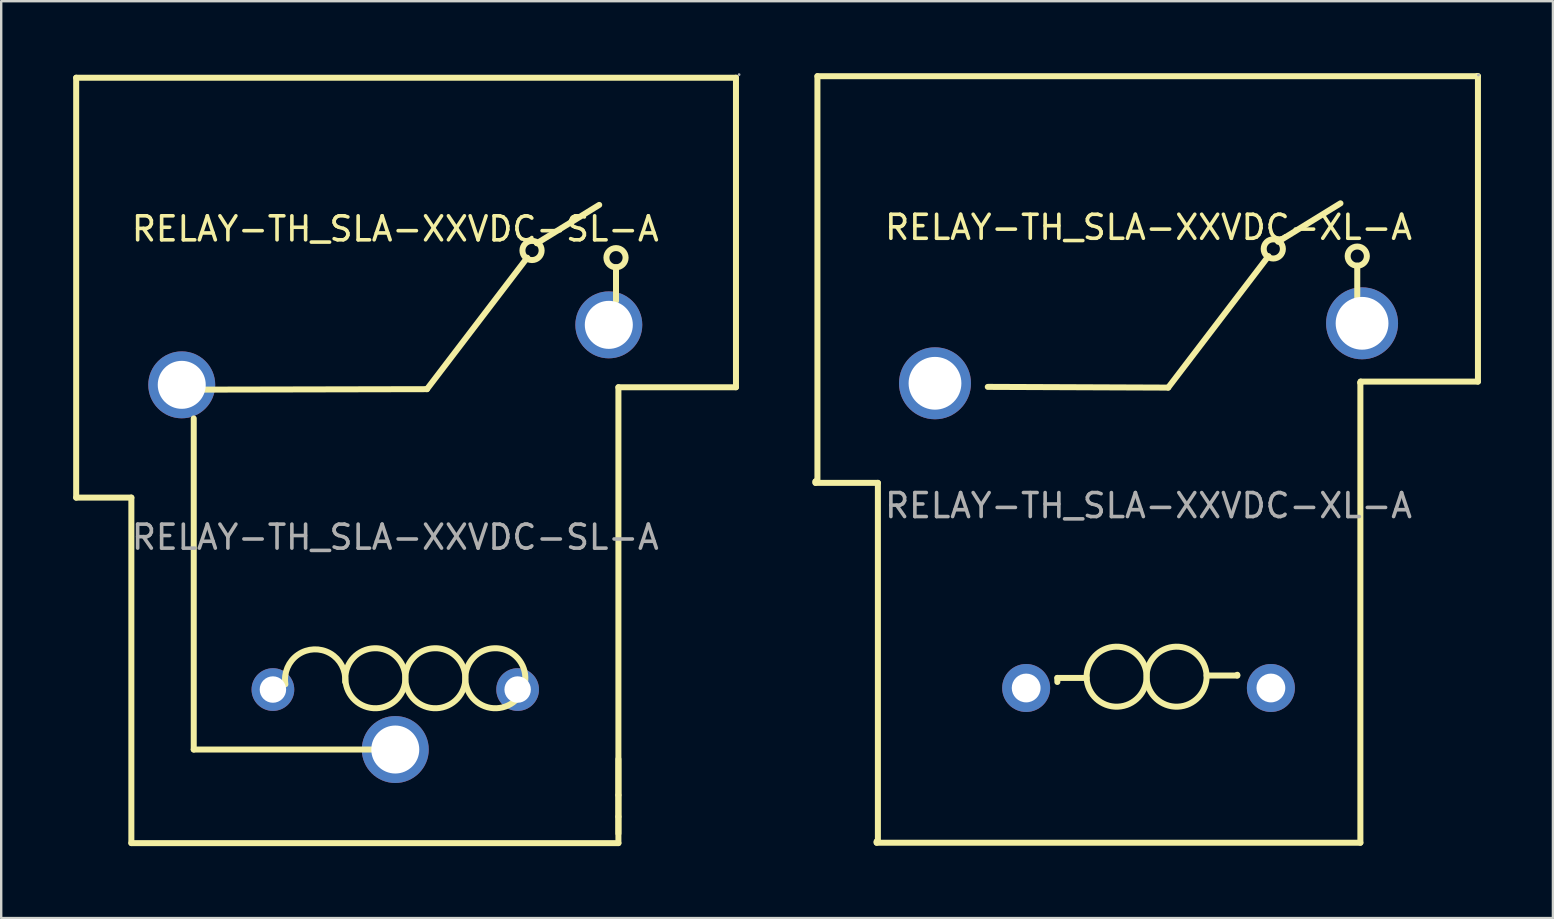
<source format=kicad_pcb>
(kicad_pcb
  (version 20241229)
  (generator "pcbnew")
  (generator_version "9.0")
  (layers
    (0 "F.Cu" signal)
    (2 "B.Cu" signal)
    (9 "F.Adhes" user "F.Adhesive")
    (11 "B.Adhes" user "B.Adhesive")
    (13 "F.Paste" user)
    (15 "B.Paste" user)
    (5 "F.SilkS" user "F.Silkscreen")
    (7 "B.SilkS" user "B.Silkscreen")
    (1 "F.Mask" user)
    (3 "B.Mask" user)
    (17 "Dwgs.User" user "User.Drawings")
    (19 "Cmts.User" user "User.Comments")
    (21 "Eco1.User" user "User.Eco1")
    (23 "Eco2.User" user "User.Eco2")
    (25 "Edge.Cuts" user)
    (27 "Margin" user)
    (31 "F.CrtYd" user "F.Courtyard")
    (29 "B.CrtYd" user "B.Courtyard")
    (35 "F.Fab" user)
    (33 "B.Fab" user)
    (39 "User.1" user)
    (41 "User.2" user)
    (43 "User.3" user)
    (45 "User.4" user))
  (footprint "RELAY-TH_SLA-XXVDC-XL-A"
    (layer "F.Cu")
    (at 44.82 18.025)
    (property "Reference" "RELAY-TH_SLA-XXVDC-XL-A" (at 0 -11.6 0) (layer "F.SilkS") (effects (font (size 1 1) (thickness 0.15))))
    (attr through_hole)
    (fp_line (start -13.88 -1.01) (end -13.8 -1.01) (stroke (width 0.25) (type solid)) (layer "F.SilkS"))
    (fp_line (start -13.88 -0.95) (end -13.88 -1.01) (stroke (width 0.25) (type solid)) (layer "F.SilkS"))
    (fp_line (start -13.8 -1.01) (end -13.8 -17.9) (stroke (width 0.25) (type solid)) (layer "F.SilkS"))
    (fp_line (start -11.33 14) (end -11.28 14) (stroke (width 0.25) (type solid)) (layer "F.SilkS"))
    (fp_line (start -11.33 14.05) (end -11.33 14) (stroke (width 0.25) (type solid)) (layer "F.SilkS"))
    (fp_line (start -11.28 -0.95) (end -13.88 -0.95) (stroke (width 0.25) (type solid)) (layer "F.SilkS"))
    (fp_line (start -11.28 14) (end -11.28 -0.95) (stroke (width 0.25) (type solid)) (layer "F.SilkS"))
    (fp_line (start -6.7 -4.95) (end 0.82 -4.92) (stroke (width 0.25) (type solid)) (layer "F.SilkS"))
    (fp_line (start -3.8 7.18) (end -3.8 7.35) (stroke (width 0.25) (type solid)) (layer "F.SilkS"))
    (fp_line (start -2.58 7.18) (end -3.8 7.18) (stroke (width 0.25) (type solid)) (layer "F.SilkS"))
    (fp_line (start 0.82 -4.92) (end 5 -10.4) (stroke (width 0.25) (type solid)) (layer "F.SilkS"))
    (fp_line (start 2.42 7.08) (end 3.7 7.08) (stroke (width 0.25) (type solid)) (layer "F.SilkS"))
    (fp_line (start 3.7 7.08) (end 3.7 7.05) (stroke (width 0.25) (type solid)) (layer "F.SilkS"))
    (fp_line (start 5.4 -11) (end 8 -12.6) (stroke (width 0.25) (type solid)) (layer "F.SilkS"))
    (fp_line (start 8.7 -8.6) (end 8.7 -10) (stroke (width 0.25) (type solid)) (layer "F.SilkS"))
    (fp_line (start 8.83 -5.12) (end 8.83 14.05) (stroke (width 0.25) (type solid)) (layer "F.SilkS"))
    (fp_line (start 8.83 14.05) (end -11.33 14.05) (stroke (width 0.25) (type solid)) (layer "F.SilkS"))
    (fp_line (start 8.84 -5.17) (end 8.84 -5.12) (stroke (width 0.25) (type solid)) (layer "F.SilkS"))
    (fp_line (start 8.84 -5.12) (end 8.83 -5.12) (stroke (width 0.25) (type solid)) (layer "F.SilkS"))
    (fp_line (start 13.7 -17.9) (end -13.8 -17.9) (stroke (width 0.25) (type solid)) (layer "F.SilkS"))
    (fp_line (start 13.7 -17.9) (end 13.73 -17.9) (stroke (width 0.25) (type solid)) (layer "F.SilkS"))
    (fp_line (start 13.73 -17.9) (end 13.73 -5.17) (stroke (width 0.25) (type solid)) (layer "F.SilkS"))
    (fp_line (start 13.73 -5.17) (end 8.84 -5.17) (stroke (width 0.25) (type solid)) (layer "F.SilkS"))
    (fp_arc (start -2.580682 7.158177) (mid -0.079612 7.09091) (end -2.58 7.18) (stroke (width 0.25) (type solid)) (layer "F.SilkS"))
    (fp_arc (start -0.080682 7.158177) (mid 2.420388 7.09091) (end -0.08 7.18) (stroke (width 0.25) (type solid)) (layer "F.SilkS"))
    (fp_circle (center 5.2 -10.7) (end 5.6 -10.7) (stroke (width 0.25) (type solid)) (fill no) (layer "F.SilkS"))
    (fp_circle (center 8.7 -10.4) (end 9.1 -10.4) (stroke (width 0.25) (type solid)) (fill no) (layer "F.SilkS"))
    (fp_circle (center -8.9 -5.1) (end -8.4 -5.1) (stroke (width 1) (type solid)) (fill no) (layer "F.Fab"))
    (fp_circle (center -5.1 7.6) (end -4.85 7.6) (stroke (width 0.5) (type solid)) (fill no) (layer "F.Fab"))
    (fp_circle (center 5.1 7.6) (end 5.35 7.6) (stroke (width 0.5) (type solid)) (fill no) (layer "F.Fab"))
    (fp_circle (center 8.9 -7.6) (end 9.4 -7.6) (stroke (width 1) (type solid)) (fill no) (layer "F.Fab"))
    (fp_circle (center 13.75 -17.95) (end 13.78 -17.95) (stroke (width 0.06) (type solid)) (fill no) (layer "F.Fab"))
    (fp_text user "${REFERENCE}" (at 0 0 0) (layer "F.Fab") (effects (font (size 1 1) (thickness 0.15))))
    (pad "2" thru_hole circle (at 8.9 -7.6) (size 3 3) (drill 2.2) (layers "*.Cu" "*.Paste" "*.Mask"))
    (pad "3" thru_hole circle (at 5.1 7.6) (size 2 2) (drill 1.2) (layers "*.Cu" "*.Paste" "*.Mask"))
    (pad "4" thru_hole circle (at -5.1 7.6) (size 2 2) (drill 1.2) (layers "*.Cu" "*.Paste" "*.Mask"))
    (pad "5" thru_hole circle (at -8.9 -5.1) (size 3 3) (drill 2.2) (layers "*.Cu" "*.Paste" "*.Mask")))
  (footprint "RELAY-TH_SLA-XXVDC-SL-A"
    (layer "F.Cu")
    (at 13.425 19.34)
    (property "Reference" "RELAY-TH_SLA-XXVDC-SL-A" (at 0 -12.85 0) (layer "F.SilkS") (effects (font (size 1 1) (thickness 0.15))))
    (attr through_hole)
    (fp_line (start -13.3 -19.15) (end -13.3 -1.65) (stroke (width 0.25) (type solid)) (layer "F.SilkS"))
    (fp_line (start -13.3 -1.65) (end -11 -1.65) (stroke (width 0.25) (type solid)) (layer "F.SilkS"))
    (fp_line (start -11 -1.65) (end -11 12.75) (stroke (width 0.25) (type solid)) (layer "F.SilkS"))
    (fp_line (start -11 12.75) (end 9.3 12.75) (stroke (width 0.25) (type solid)) (layer "F.SilkS"))
    (fp_line (start -8.5 -6.15) (end 1.32 -6.17) (stroke (width 0.25) (type solid)) (layer "F.SilkS"))
    (fp_line (start -8.4 -4.95) (end -8.4 8.85) (stroke (width 0.25) (type solid)) (layer "F.SilkS"))
    (fp_line (start -8.4 8.85) (end -1 8.85) (stroke (width 0.25) (type solid)) (layer "F.SilkS"))
    (fp_line (start 1.32 -6.17) (end 5.5 -11.65) (stroke (width 0.25) (type solid)) (layer "F.SilkS"))
    (fp_line (start 5.9 -12.25) (end 8.5 -13.85) (stroke (width 0.25) (type solid)) (layer "F.SilkS"))
    (fp_line (start 9.2 -9.85) (end 9.2 -11.25) (stroke (width 0.25) (type solid)) (layer "F.SilkS"))
    (fp_line (start 9.3 -6.25) (end 9.3 11.65) (stroke (width 0.25) (type solid)) (layer "F.SilkS"))
    (fp_line (start 9.3 10.75) (end 9.3 9.25) (stroke (width 0.25) (type solid)) (layer "F.SilkS"))
    (fp_line (start 9.3 11.65) (end 9.3 12.35) (stroke (width 0.25) (type solid)) (layer "F.SilkS"))
    (fp_line (start 9.3 12.75) (end 9.3 10.75) (stroke (width 0.25) (type solid)) (layer "F.SilkS"))
    (fp_line (start 14.2 -19.15) (end -13.3 -19.15) (stroke (width 0.25) (type solid)) (layer "F.SilkS"))
    (fp_line (start 14.2 -19.15) (end 14.2 -6.25) (stroke (width 0.25) (type solid)) (layer "F.SilkS"))
    (fp_line (start 14.2 -6.25) (end 9.3 -6.25) (stroke (width 0.25) (type solid)) (layer "F.SilkS"))
    (fp_arc (start -4.58 6.13) (mid -3.390677 4.674997) (end -2.087911 6.029369) (stroke (width 0.25) (type solid)) (layer "F.SilkS"))
    (fp_arc (start -2.080682 5.908177) (mid 0.420388 5.84091) (end -2.08 5.93) (stroke (width 0.25) (type solid)) (layer "F.SilkS"))
    (fp_arc (start 0.419318 5.908177) (mid 2.920388 5.84091) (end 0.42 5.93) (stroke (width 0.25) (type solid)) (layer "F.SilkS"))
    (fp_arc (start 2.919318 5.908177) (mid 5.420388 5.84091) (end 2.92 5.93) (stroke (width 0.25) (type solid)) (layer "F.SilkS"))
    (fp_circle (center 5.7 -11.95) (end 6.1 -11.95) (stroke (width 0.25) (type solid)) (fill no) (layer "F.SilkS"))
    (fp_circle (center 9.2 -11.65) (end 9.6 -11.65) (stroke (width 0.25) (type solid)) (fill no) (layer "F.SilkS"))
    (fp_circle (center -8.9 -6.35) (end -8.45 -6.35) (stroke (width 0.9) (type solid)) (fill no) (layer "F.Fab"))
    (fp_circle (center -5.1 6.35) (end -4.87 6.35) (stroke (width 0.45) (type solid)) (fill no) (layer "F.Fab"))
    (fp_circle (center 0 8.85) (end 0.45 8.85) (stroke (width 0.9) (type solid)) (fill no) (layer "F.Fab"))
    (fp_circle (center 5.1 6.35) (end 5.33 6.35) (stroke (width 0.45) (type solid)) (fill no) (layer "F.Fab"))
    (fp_circle (center 8.9 -8.85) (end 9.35 -8.85) (stroke (width 0.9) (type solid)) (fill no) (layer "F.Fab"))
    (fp_circle (center 14.33 -19.28) (end 14.36 -19.28) (stroke (width 0.06) (type solid)) (fill no) (layer "F.Fab"))
    (fp_text user "${REFERENCE}" (at 0 0 0) (layer "F.Fab") (effects (font (size 1 1) (thickness 0.15))))
    (pad "2" thru_hole circle (at 8.9 -8.85) (size 2.79 2.79) (drill 2.002) (layers "*.Cu" "*.Paste" "*.Mask"))
    (pad "3" thru_hole circle (at 5.1 6.35) (size 1.78 1.78) (drill 1.102) (layers "*.Cu" "*.Paste" "*.Mask"))
    (pad "4" thru_hole circle (at -5.1 6.35) (size 1.78 1.78) (drill 1.102) (layers "*.Cu" "*.Paste" "*.Mask"))
    (pad "5" thru_hole circle (at -8.9 -6.35) (size 2.79 2.79) (drill 2) (layers "*.Cu" "*.Paste" "*.Mask"))
    (pad "5" thru_hole circle (at 0 8.85) (size 2.79 2.79) (drill 2) (layers "*.Cu" "*.Paste" "*.Mask")))
  (gr_rect
    (start -3 -3)
    (end 61.675 35.215)
    (stroke (width 0.1) (type default))
    (fill no)
    (layer "Edge.Cuts")))
</source>
